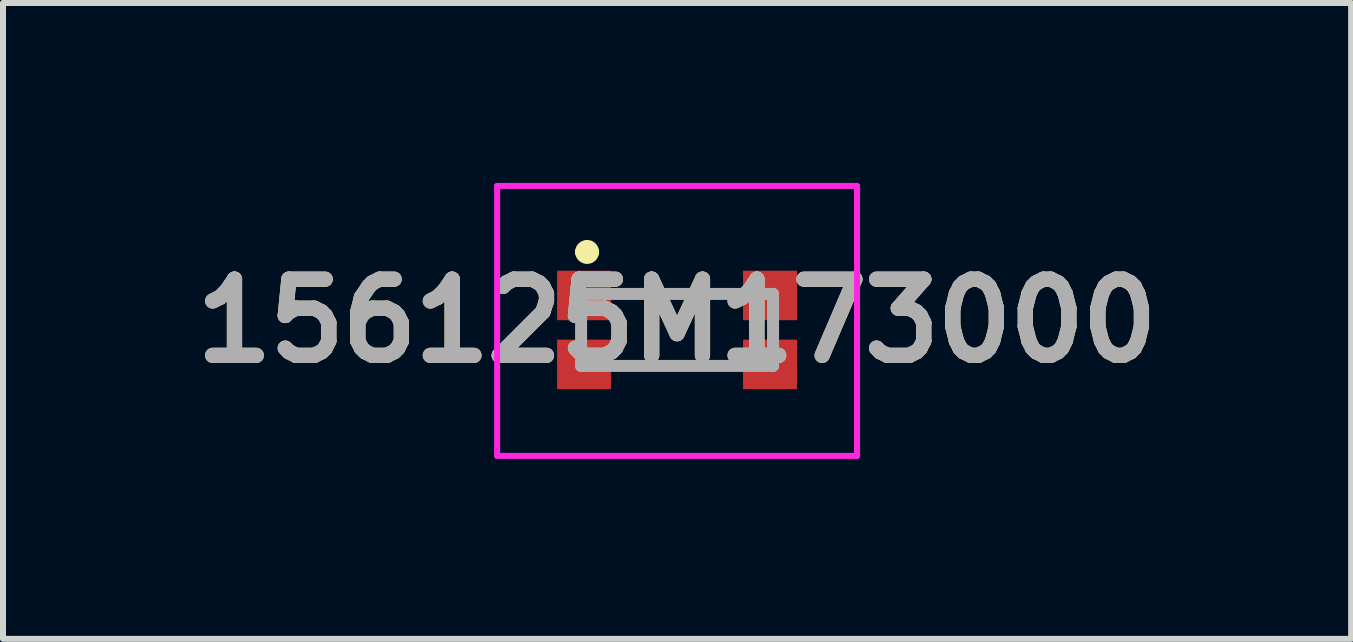
<source format=kicad_pcb>
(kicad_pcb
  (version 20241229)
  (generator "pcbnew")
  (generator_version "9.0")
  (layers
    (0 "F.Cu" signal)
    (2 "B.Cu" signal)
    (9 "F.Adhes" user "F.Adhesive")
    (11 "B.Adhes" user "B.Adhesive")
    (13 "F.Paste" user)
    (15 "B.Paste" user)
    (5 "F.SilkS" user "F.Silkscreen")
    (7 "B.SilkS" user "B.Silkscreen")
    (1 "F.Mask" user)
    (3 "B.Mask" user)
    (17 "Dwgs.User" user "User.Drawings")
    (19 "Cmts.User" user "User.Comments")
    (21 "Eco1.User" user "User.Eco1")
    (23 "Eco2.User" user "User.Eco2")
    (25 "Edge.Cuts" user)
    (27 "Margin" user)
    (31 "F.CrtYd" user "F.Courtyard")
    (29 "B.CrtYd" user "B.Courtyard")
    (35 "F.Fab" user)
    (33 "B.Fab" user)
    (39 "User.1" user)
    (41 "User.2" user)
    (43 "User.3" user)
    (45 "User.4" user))
  (footprint "156125M173000"
    (layer "F.Cu")
    (at 8.237 2.45)
    (property "Reference" "156125M173000" (at 0 -0.15 0) (layer "F.SilkS") (effects (font (size 1.27 1.27) (thickness 0.254))))
    (attr through_hole)
    (fp_line (start -1.6 -1.3) (end -1.6 -1.3) (stroke (width 0.2) (type solid)) (layer "F.SilkS"))
    (fp_line (start -1.4 -1.3) (end -1.4 -1.3) (stroke (width 0.2) (type solid)) (layer "F.SilkS"))
    (fp_arc (start -1.6 -1.3) (mid -1.5 -1.4) (end -1.4 -1.3) (stroke (width 0.2) (type solid)) (layer "F.SilkS"))
    (fp_arc (start -1.4 -1.3) (mid -1.5 -1.2) (end -1.6 -1.3) (stroke (width 0.2) (type solid)) (layer "F.SilkS"))
    (fp_line (start -3 -2.4) (end 3 -2.4) (stroke (width 0.1) (type solid)) (layer "F.CrtYd"))
    (fp_line (start -3 2.1) (end -3 -2.4) (stroke (width 0.1) (type solid)) (layer "F.CrtYd"))
    (fp_line (start 3 -2.4) (end 3 2.1) (stroke (width 0.1) (type solid)) (layer "F.CrtYd"))
    (fp_line (start 3 2.1) (end -3 2.1) (stroke (width 0.1) (type solid)) (layer "F.CrtYd"))
    (fp_line (start -1.6 -0.6) (end 1.6 -0.6) (stroke (width 0.2) (type solid)) (layer "F.Fab"))
    (fp_line (start -1.6 0.6) (end -1.6 -0.6) (stroke (width 0.2) (type solid)) (layer "F.Fab"))
    (fp_line (start 1.6 -0.6) (end 1.6 0.6) (stroke (width 0.2) (type solid)) (layer "F.Fab"))
    (fp_line (start 1.6 0.6) (end -1.6 0.6) (stroke (width 0.2) (type solid)) (layer "F.Fab"))
    (fp_text user "${REFERENCE}" (at 0 -0.15 0) (layer "F.Fab") (effects (font (size 1.27 1.27) (thickness 0.254))))
    (pad "" np_thru_hole circle (at 0 0) (size 0.001 0.001) (drill 2.2) (layers "*.Cu" "*.Mask"))
    (pad "1" smd rect (at -1.55 -0.575 90) (size 0.825 0.9) (layers "F.Cu" "F.Mask" "F.Paste"))
    (pad "2" smd rect (at -1.55 0.575 90) (size 0.825 0.9) (layers "F.Cu" "F.Mask" "F.Paste"))
    (pad "3" smd rect (at 1.55 0.575 90) (size 0.825 0.9) (layers "F.Cu" "F.Mask" "F.Paste"))
    (pad "4" smd rect (at 1.55 -0.575 90) (size 0.825 0.9) (layers "F.Cu" "F.Mask" "F.Paste")))
  (gr_rect
    (start -3 -3)
    (end 19.474 7.6)
    (stroke (width 0.1) (type default))
    (fill no)
    (layer "Edge.Cuts")))
</source>
